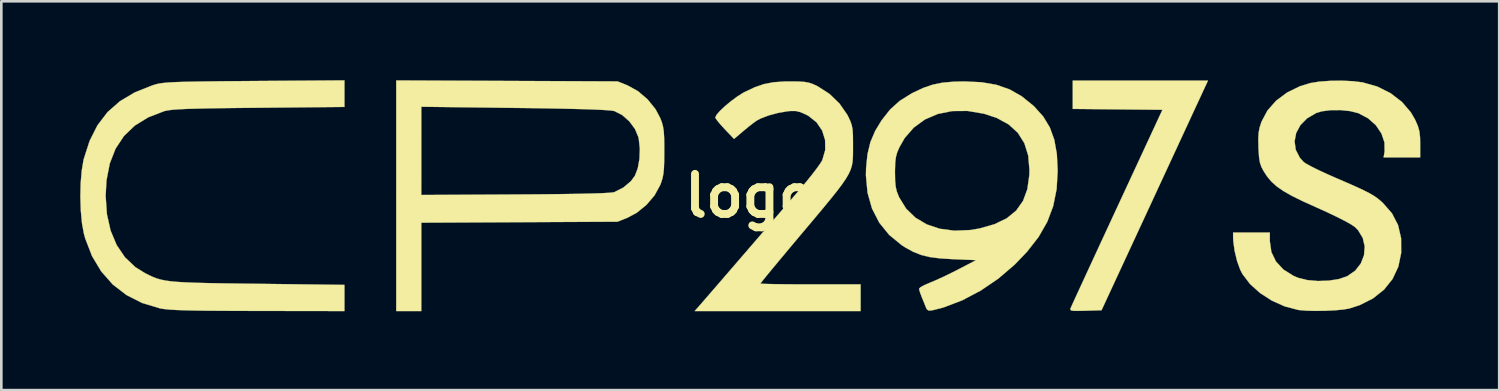
<source format=kicad_pcb>
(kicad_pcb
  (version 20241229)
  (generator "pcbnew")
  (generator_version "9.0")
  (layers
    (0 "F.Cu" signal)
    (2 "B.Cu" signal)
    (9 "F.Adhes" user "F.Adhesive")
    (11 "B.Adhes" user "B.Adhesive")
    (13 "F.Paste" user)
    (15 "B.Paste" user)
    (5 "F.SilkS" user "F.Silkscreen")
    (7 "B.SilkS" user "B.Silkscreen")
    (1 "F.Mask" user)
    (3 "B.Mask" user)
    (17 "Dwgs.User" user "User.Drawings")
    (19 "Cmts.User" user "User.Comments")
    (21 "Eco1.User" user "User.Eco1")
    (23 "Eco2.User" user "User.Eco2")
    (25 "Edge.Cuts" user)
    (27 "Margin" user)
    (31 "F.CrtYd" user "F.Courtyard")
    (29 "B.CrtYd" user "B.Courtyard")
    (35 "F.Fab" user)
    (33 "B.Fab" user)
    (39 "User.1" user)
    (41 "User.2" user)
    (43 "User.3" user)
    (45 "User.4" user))
  (footprint "logo"
    (layer "F.Cu")
    (at 25.475 4.394)
    (property "Reference" "logo" (at 0 0 0) (layer "F.SilkS") (effects (font (size 1.524 1.524) (thickness 0.3))))
    (attr through_hole)
    (fp_poly (pts (xy 17.301 -4.175) (xy 17.259 -4.084) (xy 17.168 -3.888) (xy 17.033 -3.596) (xy 16.857 -3.218) (xy 16.647 -2.763) (xy 16.405 -2.242) (xy 16.137 -1.663) (xy 15.847 -1.037) (xy 15.539 -0.373) (xy 15.278 0.191) (xy 13.35 4.35) (xy 12.74 4.368) (xy 12.46 4.375) (xy 12.284 4.372) (xy 12.193 4.356) (xy 12.163 4.323) (xy 12.174 4.273) (xy 12.208 4.197) (xy 12.29 4.015) (xy 12.417 3.739) (xy 12.584 3.377) (xy 12.785 2.941) (xy 13.017 2.439) (xy 13.275 1.881) (xy 13.554 1.279) (xy 13.85 0.641) (xy 13.941 0.445) (xy 15.665 -3.27) (xy 12.255 -3.304) (xy 12.255 -4.381) (xy 17.397 -4.381) (xy 17.301 -4.175)) (stroke (width 0.01) (type solid)) (fill yes) (layer "F.SilkS"))
    (fp_poly (pts (xy -9.255 -4.368) (xy -5.048 -4.35) (xy -4.668 -4.197) (xy -4.272 -3.978) (xy -3.907 -3.666) (xy -3.606 -3.295) (xy -3.424 -2.952) (xy -3.361 -2.784) (xy -3.319 -2.626) (xy -3.292 -2.447) (xy -3.278 -2.219) (xy -3.273 -1.91) (xy -3.273 -1.683) (xy -3.276 -1.311) (xy -3.286 -1.037) (xy -3.307 -0.83) (xy -3.342 -0.66) (xy -3.394 -0.496) (xy -3.426 -0.413) (xy -3.641 -0.019) (xy -3.951 0.345) (xy -4.321 0.646) (xy -4.668 0.831) (xy -5.048 0.984) (xy -12.509 1.021) (xy -12.509 4.381) (xy -13.462 4.381) (xy -13.462 -0.032) (xy -12.51 -0.032) (xy -8.938 -0.051) (xy -8.027 -0.057) (xy -7.241 -0.065) (xy -6.581 -0.075) (xy -6.046 -0.087) (xy -5.637 -0.1) (xy -5.355 -0.116) (xy -5.199 -0.133) (xy -5.175 -0.139) (xy -4.827 -0.315) (xy -4.541 -0.556) (xy -4.389 -0.762) (xy -4.28 -1.047) (xy -4.216 -1.405) (xy -4.202 -1.792) (xy -4.241 -2.16) (xy -4.255 -2.226) (xy -4.384 -2.537) (xy -4.6 -2.83) (xy -4.87 -3.069) (xy -5.162 -3.218) (xy -5.177 -3.223) (xy -5.296 -3.242) (xy -5.519 -3.26) (xy -5.85 -3.277) (xy -6.291 -3.293) (xy -6.846 -3.307) (xy -7.518 -3.321) (xy -8.312 -3.334) (xy -8.971 -3.342) (xy -12.509 -3.386) (xy -12.51 -0.032) (xy -13.462 -0.032) (xy -13.462 -4.386) (xy -9.255 -4.368)) (stroke (width 0.01) (type solid)) (fill yes) (layer "F.SilkS"))
    (fp_poly (pts (xy -15.431 -3.379) (xy -18.685 -3.348) (xy -19.439 -3.341) (xy -20.076 -3.333) (xy -20.608 -3.325) (xy -21.045 -3.315) (xy -21.399 -3.305) (xy -21.679 -3.292) (xy -21.897 -3.278) (xy -22.064 -3.26) (xy -22.189 -3.24) (xy -22.28 -3.219) (xy -22.887 -2.986) (xy -23.398 -2.672) (xy -23.812 -2.275) (xy -24.13 -1.796) (xy -24.351 -1.233) (xy -24.477 -0.588) (xy -24.509 0) (xy -24.461 0.696) (xy -24.321 1.321) (xy -24.091 1.87) (xy -23.775 2.337) (xy -23.377 2.713) (xy -23.011 2.94) (xy -22.857 3.017) (xy -22.715 3.083) (xy -22.573 3.138) (xy -22.419 3.183) (xy -22.243 3.22) (xy -22.032 3.249) (xy -21.774 3.273) (xy -21.458 3.291) (xy -21.072 3.306) (xy -20.604 3.318) (xy -20.042 3.328) (xy -19.376 3.337) (xy -18.717 3.345) (xy -15.431 3.386) (xy -15.431 4.381) (xy -18.717 4.376) (xy -19.489 4.374) (xy -20.145 4.371) (xy -20.696 4.367) (xy -21.152 4.36) (xy -21.524 4.351) (xy -21.823 4.34) (xy -22.059 4.326) (xy -22.244 4.309) (xy -22.387 4.289) (xy -22.447 4.277) (xy -23.12 4.075) (xy -23.719 3.771) (xy -24.239 3.37) (xy -24.676 2.875) (xy -25.026 2.292) (xy -25.284 1.626) (xy -25.337 1.434) (xy -25.409 1.038) (xy -25.453 0.559) (xy -25.47 0.039) (xy -25.458 -0.483) (xy -25.417 -0.965) (xy -25.349 -1.368) (xy -25.341 -1.398) (xy -25.118 -2.089) (xy -24.819 -2.682) (xy -24.437 -3.182) (xy -23.965 -3.597) (xy -23.398 -3.934) (xy -22.729 -4.199) (xy -22.613 -4.235) (xy -22.521 -4.259) (xy -22.408 -4.279) (xy -22.263 -4.296) (xy -22.077 -4.311) (xy -21.838 -4.323) (xy -21.535 -4.333) (xy -21.157 -4.341) (xy -20.693 -4.348) (xy -20.133 -4.355) (xy -19.466 -4.36) (xy -18.844 -4.365) (xy -15.431 -4.389) (xy -15.431 -3.379)) (stroke (width 0.01) (type solid)) (fill yes) (layer "F.SilkS"))
    (fp_poly (pts (xy 1.835 -4.345) (xy 2.058 -4.33) (xy 2.229 -4.299) (xy 2.389 -4.243) (xy 2.568 -4.158) (xy 3.005 -3.877) (xy 3.387 -3.509) (xy 3.681 -3.087) (xy 3.724 -3.004) (xy 3.804 -2.833) (xy 3.855 -2.684) (xy 3.885 -2.522) (xy 3.899 -2.312) (xy 3.902 -2.021) (xy 3.902 -1.905) (xy 3.902 -1.68) (xy 3.899 -1.488) (xy 3.888 -1.318) (xy 3.862 -1.159) (xy 3.814 -1.001) (xy 3.739 -0.834) (xy 3.629 -0.646) (xy 3.479 -0.427) (xy 3.281 -0.166) (xy 3.03 0.147) (xy 2.72 0.523) (xy 2.343 0.973) (xy 1.893 1.507) (xy 1.757 1.669) (xy 1.431 2.058) (xy 1.132 2.416) (xy 0.87 2.731) (xy 0.655 2.992) (xy 0.496 3.187) (xy 0.403 3.305) (xy 0.381 3.336) (xy 0.442 3.343) (xy 0.614 3.35) (xy 0.883 3.356) (xy 1.231 3.361) (xy 1.645 3.364) (xy 2.108 3.365) (xy 2.286 3.365) (xy 4.191 3.365) (xy 4.191 4.381) (xy -2.118 4.381) (xy -1.99 4.239) (xy -1.919 4.158) (xy -1.776 3.993) (xy -1.571 3.756) (xy -1.315 3.46) (xy -1.019 3.118) (xy -0.693 2.74) (xy -0.438 2.445) (xy -0.055 2.001) (xy 0.343 1.54) (xy 0.738 1.083) (xy 1.111 0.651) (xy 1.444 0.265) (xy 1.719 -0.053) (xy 1.801 -0.148) (xy 2.062 -0.457) (xy 2.302 -0.752) (xy 2.504 -1.014) (xy 2.653 -1.22) (xy 2.734 -1.353) (xy 2.734 -1.354) (xy 2.846 -1.74) (xy 2.841 -2.123) (xy 2.729 -2.482) (xy 2.516 -2.795) (xy 2.21 -3.038) (xy 2.127 -3.083) (xy 1.903 -3.182) (xy 1.724 -3.225) (xy 1.524 -3.225) (xy 1.411 -3.214) (xy 1.054 -3.152) (xy 0.697 -3.056) (xy 0.39 -2.939) (xy 0.254 -2.868) (xy 0.126 -2.778) (xy -0.058 -2.635) (xy -0.259 -2.47) (xy -0.262 -2.467) (xy -0.62 -2.163) (xy -0.977 -2.537) (xy -1.143 -2.719) (xy -1.268 -2.871) (xy -1.33 -2.966) (xy -1.333 -2.978) (xy -1.284 -3.08) (xy -1.153 -3.231) (xy -0.963 -3.41) (xy -0.737 -3.597) (xy -0.501 -3.772) (xy -0.277 -3.914) (xy -0.22 -3.945) (xy 0.168 -4.127) (xy 0.518 -4.248) (xy 0.879 -4.317) (xy 1.295 -4.346) (xy 1.524 -4.348) (xy 1.835 -4.345)) (stroke (width 0.01) (type solid)) (fill yes) (layer "F.SilkS"))
    (fp_poly (pts (xy 8.785 -4.318) (xy 9.354 -4.22) (xy 9.856 -4.045) (xy 10.314 -3.785) (xy 10.751 -3.432) (xy 10.8 -3.386) (xy 11.135 -3.012) (xy 11.384 -2.601) (xy 11.554 -2.134) (xy 11.651 -1.593) (xy 11.683 -0.958) (xy 11.683 -0.951) (xy 11.642 -0.253) (xy 11.513 0.388) (xy 11.288 0.987) (xy 10.959 1.561) (xy 10.518 2.126) (xy 10.056 2.608) (xy 9.435 3.141) (xy 8.761 3.6) (xy 8.058 3.971) (xy 7.351 4.241) (xy 6.938 4.348) (xy 6.789 4.365) (xy 6.712 4.319) (xy 6.675 4.244) (xy 6.614 4.088) (xy 6.533 3.891) (xy 6.516 3.85) (xy 6.452 3.679) (xy 6.416 3.554) (xy 6.413 3.532) (xy 6.468 3.475) (xy 6.612 3.395) (xy 6.81 3.31) (xy 7.031 3.218) (xy 7.323 3.085) (xy 7.643 2.93) (xy 7.896 2.802) (xy 8.584 2.445) (xy 7.705 2.409) (xy 7.217 2.379) (xy 6.823 2.329) (xy 6.493 2.249) (xy 6.194 2.13) (xy 5.895 1.966) (xy 5.75 1.873) (xy 5.276 1.485) (xy 4.9 1.02) (xy 4.625 0.484) (xy 4.455 -0.116) (xy 4.393 -0.774) (xy 4.396 -0.889) (xy 5.498 -0.889) (xy 5.503 -0.578) (xy 5.524 -0.351) (xy 5.567 -0.165) (xy 5.641 0.024) (xy 5.662 0.069) (xy 5.923 0.49) (xy 6.275 0.831) (xy 6.705 1.086) (xy 7.203 1.253) (xy 7.758 1.326) (xy 8.357 1.301) (xy 8.714 1.241) (xy 9.285 1.078) (xy 9.748 0.854) (xy 10.106 0.561) (xy 10.365 0.195) (xy 10.53 -0.251) (xy 10.604 -0.781) (xy 10.61 -0.984) (xy 10.563 -1.531) (xy 10.416 -2.001) (xy 10.169 -2.394) (xy 9.819 -2.714) (xy 9.365 -2.962) (xy 8.877 -3.122) (xy 8.256 -3.227) (xy 7.669 -3.222) (xy 7.125 -3.112) (xy 6.636 -2.902) (xy 6.213 -2.595) (xy 5.866 -2.196) (xy 5.663 -1.841) (xy 5.581 -1.649) (xy 5.532 -1.468) (xy 5.507 -1.255) (xy 5.498 -0.968) (xy 5.498 -0.889) (xy 4.396 -0.889) (xy 4.399 -1.047) (xy 4.453 -1.583) (xy 4.564 -2.042) (xy 4.746 -2.469) (xy 4.989 -2.869) (xy 5.312 -3.28) (xy 5.675 -3.607) (xy 6.118 -3.885) (xy 6.191 -3.923) (xy 6.573 -4.102) (xy 6.931 -4.225) (xy 7.304 -4.301) (xy 7.732 -4.339) (xy 8.128 -4.348) (xy 8.785 -4.318)) (stroke (width 0.01) (type solid)) (fill yes) (layer "F.SilkS"))
    (fp_poly (pts (xy 22.913 -4.357) (xy 23.275 -4.312) (xy 23.832 -4.154) (xy 24.335 -3.903) (xy 24.767 -3.572) (xy 25.11 -3.172) (xy 25.275 -2.886) (xy 25.376 -2.653) (xy 25.433 -2.45) (xy 25.459 -2.221) (xy 25.463 -1.975) (xy 25.463 -1.46) (xy 24.769 -1.461) (xy 24.074 -1.461) (xy 24.111 -1.683) (xy 24.106 -2.03) (xy 23.99 -2.371) (xy 23.778 -2.684) (xy 23.484 -2.946) (xy 23.125 -3.137) (xy 23.109 -3.143) (xy 22.799 -3.221) (xy 22.433 -3.259) (xy 22.058 -3.256) (xy 21.72 -3.212) (xy 21.513 -3.149) (xy 21.166 -2.947) (xy 20.91 -2.687) (xy 20.749 -2.388) (xy 20.689 -2.07) (xy 20.733 -1.75) (xy 20.888 -1.448) (xy 21.034 -1.285) (xy 21.142 -1.213) (xy 21.345 -1.103) (xy 21.619 -0.968) (xy 21.943 -0.819) (xy 22.208 -0.702) (xy 22.67 -0.502) (xy 23.032 -0.342) (xy 23.312 -0.212) (xy 23.526 -0.103) (xy 23.693 -0.007) (xy 23.829 0.087) (xy 23.953 0.187) (xy 24.046 0.271) (xy 24.392 0.667) (xy 24.622 1.112) (xy 24.738 1.611) (xy 24.741 2.166) (xy 24.741 2.173) (xy 24.632 2.695) (xy 24.413 3.162) (xy 24.09 3.566) (xy 23.669 3.901) (xy 23.159 4.158) (xy 22.767 4.284) (xy 22.539 4.323) (xy 22.224 4.352) (xy 21.86 4.37) (xy 21.487 4.375) (xy 21.145 4.367) (xy 20.872 4.344) (xy 20.828 4.338) (xy 20.314 4.203) (xy 19.822 3.983) (xy 19.374 3.694) (xy 18.995 3.353) (xy 18.709 2.976) (xy 18.624 2.814) (xy 18.504 2.483) (xy 18.41 2.095) (xy 18.358 1.716) (xy 18.352 1.572) (xy 18.352 1.397) (xy 19.748 1.397) (xy 19.748 1.726) (xy 19.807 2.137) (xy 19.981 2.497) (xy 20.262 2.801) (xy 20.647 3.042) (xy 20.828 3.118) (xy 21.173 3.204) (xy 21.577 3.239) (xy 21.997 3.224) (xy 22.386 3.161) (xy 22.69 3.056) (xy 22.993 2.846) (xy 23.207 2.572) (xy 23.329 2.257) (xy 23.355 1.926) (xy 23.281 1.602) (xy 23.104 1.308) (xy 22.98 1.183) (xy 22.839 1.088) (xy 22.601 0.955) (xy 22.284 0.795) (xy 21.909 0.616) (xy 21.519 0.44) (xy 21.003 0.207) (xy 20.591 0.004) (xy 20.265 -0.181) (xy 20.01 -0.358) (xy 19.809 -0.539) (xy 19.644 -0.736) (xy 19.51 -0.942) (xy 19.426 -1.104) (xy 19.371 -1.265) (xy 19.339 -1.465) (xy 19.32 -1.742) (xy 19.316 -1.84) (xy 19.309 -2.156) (xy 19.321 -2.391) (xy 19.358 -2.59) (xy 19.425 -2.798) (xy 19.435 -2.824) (xy 19.659 -3.244) (xy 19.988 -3.616) (xy 20.406 -3.928) (xy 20.897 -4.167) (xy 21.287 -4.286) (xy 21.624 -4.341) (xy 22.039 -4.371) (xy 22.484 -4.377) (xy 22.913 -4.357)) (stroke (width 0.01) (type solid)) (fill yes) (layer "F.SilkS")))
  (gr_rect
    (start -3 -3)
    (end 53.943 11.78)
    (stroke (width 0.1) (type default))
    (fill no)
    (layer "Edge.Cuts")))
</source>
